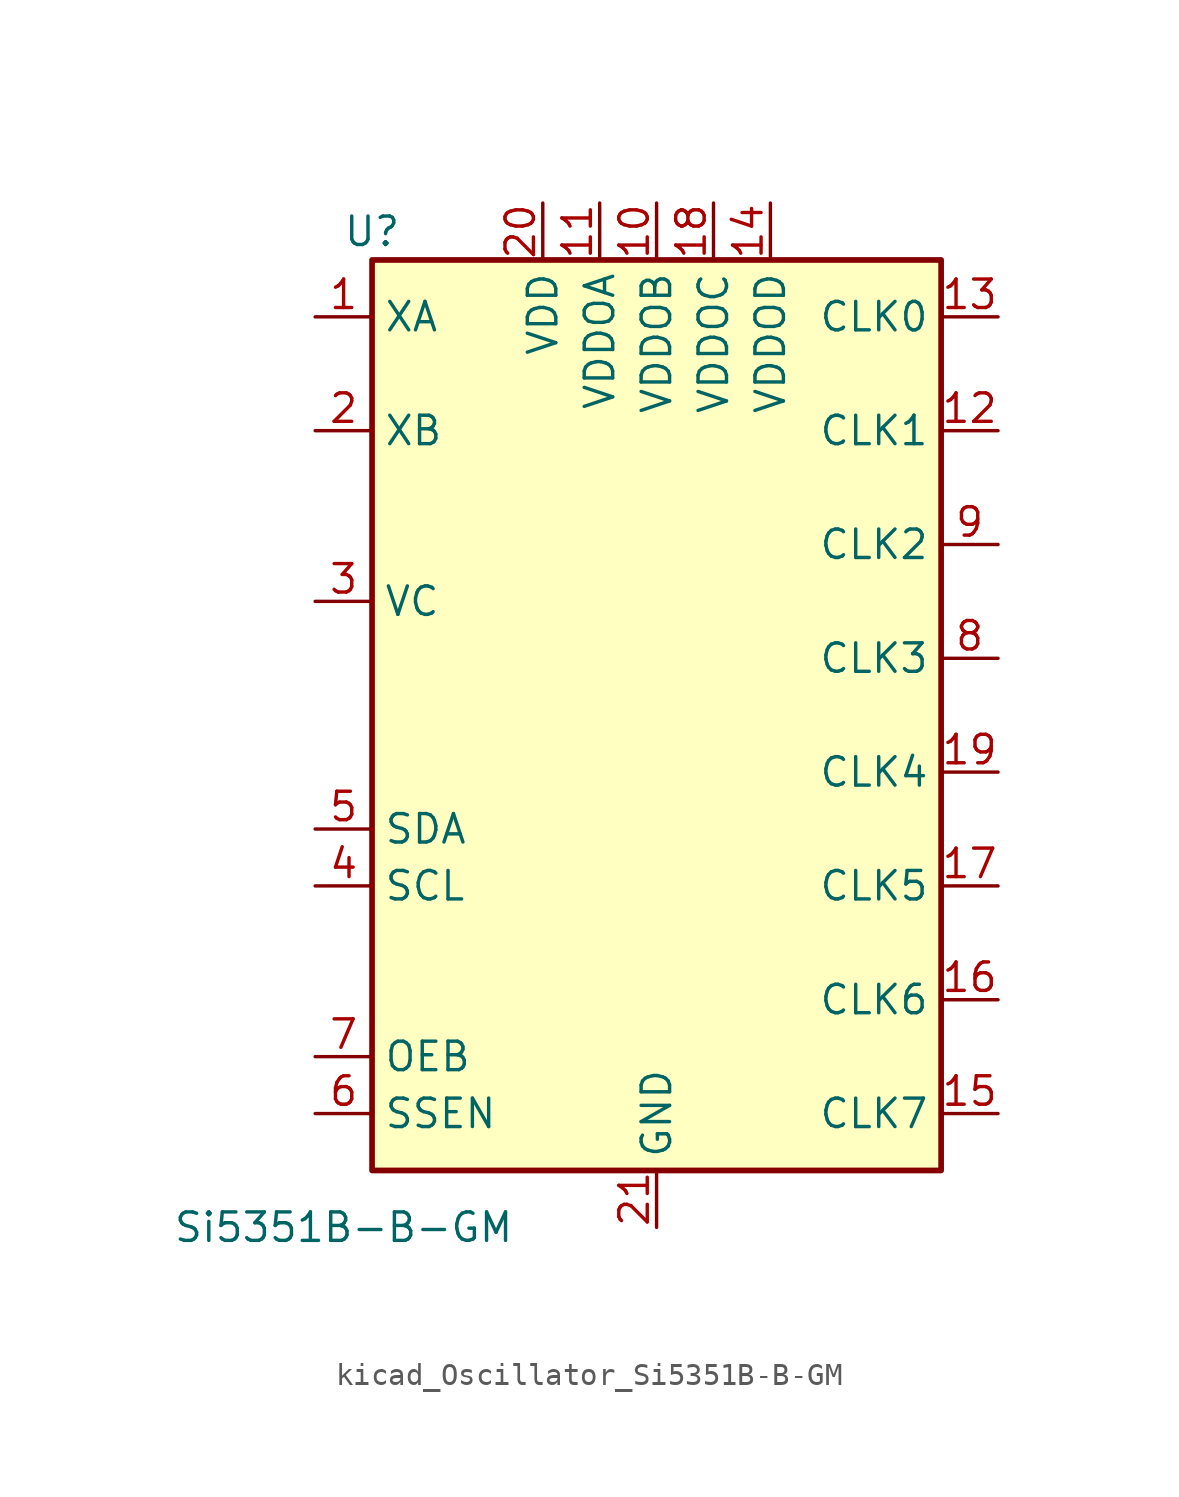
<source format=kicad_sym>
(kicad_symbol_lib
  (version 20220914)
  (generator kicad_symbol_editor)
  (symbol "kicad_Oscillator_Si5351B-B-GM"
    (property "Reference" "U"
      (at -12.7 21.59 0)
      (effects (font (size 1.27 1.27))))
    (property "Value" "Si5351B-B-GM"
      (at -13.97 -22.86 0)
      (effects (font (size 1.27 1.27))))
    (symbol "kicad_Oscillator_Si5351B-B-GM_1_1"
      (rectangle (start -12.7 20.32) (end 12.7 -20.32) (stroke (width 0.254) (type default)) (fill (type background)))
      (pin input line (at -15.24 17.78 0) (length 2.54) (name "XA" (effects (font (size 1.27 1.27)))) (number "1" (effects (font (size 1.27 1.27)))))
      (pin power_in line (at 0 22.86 270) (length 2.54) (name "VDDOB" (effects (font (size 1.27 1.27)))) (number "10" (effects (font (size 1.27 1.27)))))
      (pin power_in line (at -2.54 22.86 270) (length 2.54) (name "VDDOA" (effects (font (size 1.27 1.27)))) (number "11" (effects (font (size 1.27 1.27)))))
      (pin output line (at 15.24 12.7 180) (length 2.54) (name "CLK1" (effects (font (size 1.27 1.27)))) (number "12" (effects (font (size 1.27 1.27)))))
      (pin output line (at 15.24 17.78 180) (length 2.54) (name "CLK0" (effects (font (size 1.27 1.27)))) (number "13" (effects (font (size 1.27 1.27)))))
      (pin power_in line (at 5.08 22.86 270) (length 2.54) (name "VDDOD" (effects (font (size 1.27 1.27)))) (number "14" (effects (font (size 1.27 1.27)))))
      (pin output line (at 15.24 -17.78 180) (length 2.54) (name "CLK7" (effects (font (size 1.27 1.27)))) (number "15" (effects (font (size 1.27 1.27)))))
      (pin output line (at 15.24 -12.7 180) (length 2.54) (name "CLK6" (effects (font (size 1.27 1.27)))) (number "16" (effects (font (size 1.27 1.27)))))
      (pin output line (at 15.24 -7.62 180) (length 2.54) (name "CLK5" (effects (font (size 1.27 1.27)))) (number "17" (effects (font (size 1.27 1.27)))))
      (pin power_in line (at 2.54 22.86 270) (length 2.54) (name "VDDOC" (effects (font (size 1.27 1.27)))) (number "18" (effects (font (size 1.27 1.27)))))
      (pin output line (at 15.24 -2.54 180) (length 2.54) (name "CLK4" (effects (font (size 1.27 1.27)))) (number "19" (effects (font (size 1.27 1.27)))))
      (pin input line (at -15.24 12.7 0) (length 2.54) (name "XB" (effects (font (size 1.27 1.27)))) (number "2" (effects (font (size 1.27 1.27)))))
      (pin power_in line (at -5.08 22.86 270) (length 2.54) (name "VDD" (effects (font (size 1.27 1.27)))) (number "20" (effects (font (size 1.27 1.27)))))
      (pin power_in line (at 0 -22.86 90) (length 2.54) (name "GND" (effects (font (size 1.27 1.27)))) (number "21" (effects (font (size 1.27 1.27)))))
      (pin input line (at -15.24 5.08 0) (length 2.54) (name "VC" (effects (font (size 1.27 1.27)))) (number "3" (effects (font (size 1.27 1.27)))))
      (pin input line (at -15.24 -7.62 0) (length 2.54) (name "SCL" (effects (font (size 1.27 1.27)))) (number "4" (effects (font (size 1.27 1.27)))))
      (pin bidirectional line (at -15.24 -5.08 0) (length 2.54) (name "SDA" (effects (font (size 1.27 1.27)))) (number "5" (effects (font (size 1.27 1.27)))))
      (pin input line (at -15.24 -17.78 0) (length 2.54) (name "SSEN" (effects (font (size 1.27 1.27)))) (number "6" (effects (font (size 1.27 1.27)))))
      (pin input line (at -15.24 -15.24 0) (length 2.54) (name "OEB" (effects (font (size 1.27 1.27)))) (number "7" (effects (font (size 1.27 1.27)))))
      (pin output line (at 15.24 2.54 180) (length 2.54) (name "CLK3" (effects (font (size 1.27 1.27)))) (number "8" (effects (font (size 1.27 1.27)))))
      (pin output line (at 15.24 7.62 180) (length 2.54) (name "CLK2" (effects (font (size 1.27 1.27)))) (number "9" (effects (font (size 1.27 1.27))))))))
</source>
